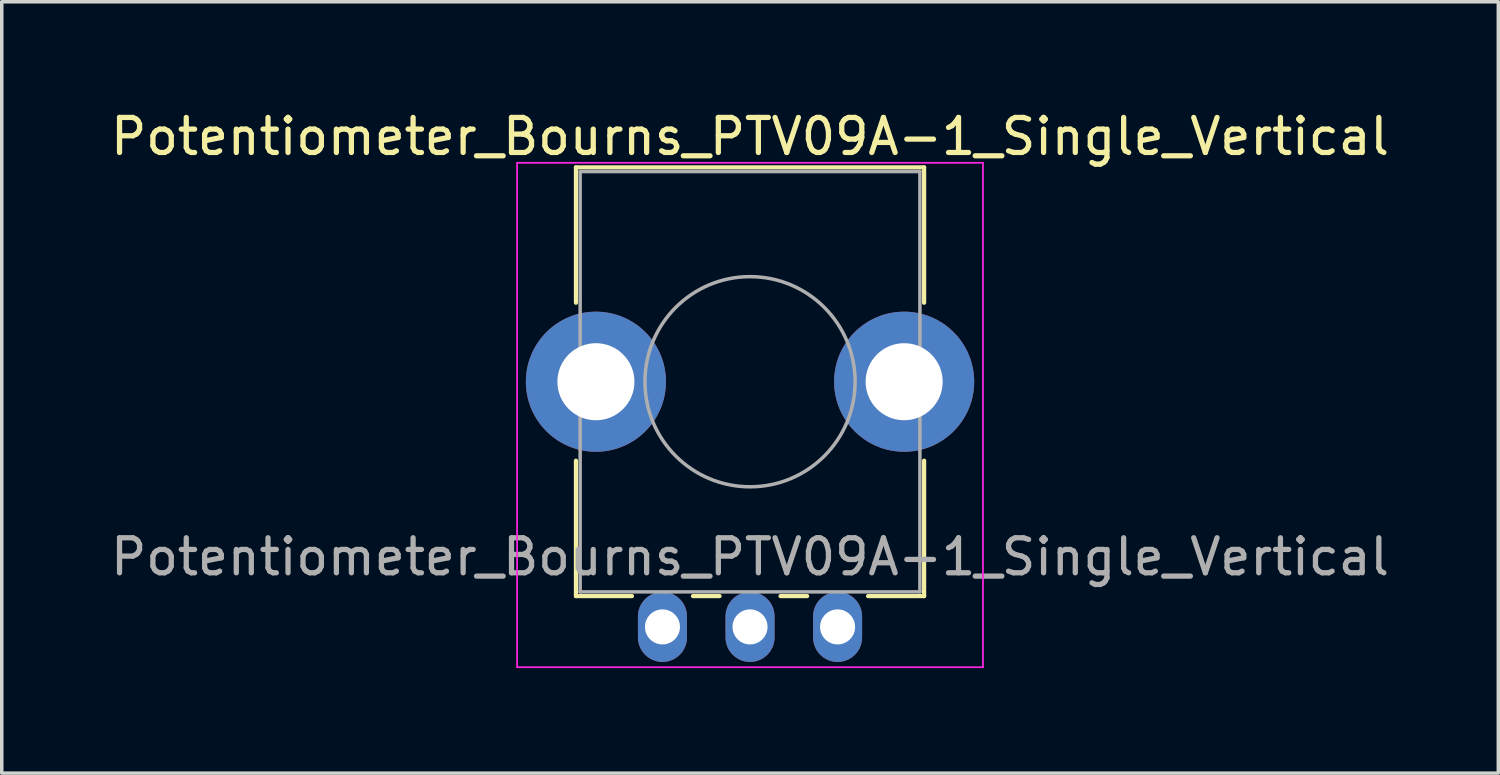
<source format=kicad_pcb>
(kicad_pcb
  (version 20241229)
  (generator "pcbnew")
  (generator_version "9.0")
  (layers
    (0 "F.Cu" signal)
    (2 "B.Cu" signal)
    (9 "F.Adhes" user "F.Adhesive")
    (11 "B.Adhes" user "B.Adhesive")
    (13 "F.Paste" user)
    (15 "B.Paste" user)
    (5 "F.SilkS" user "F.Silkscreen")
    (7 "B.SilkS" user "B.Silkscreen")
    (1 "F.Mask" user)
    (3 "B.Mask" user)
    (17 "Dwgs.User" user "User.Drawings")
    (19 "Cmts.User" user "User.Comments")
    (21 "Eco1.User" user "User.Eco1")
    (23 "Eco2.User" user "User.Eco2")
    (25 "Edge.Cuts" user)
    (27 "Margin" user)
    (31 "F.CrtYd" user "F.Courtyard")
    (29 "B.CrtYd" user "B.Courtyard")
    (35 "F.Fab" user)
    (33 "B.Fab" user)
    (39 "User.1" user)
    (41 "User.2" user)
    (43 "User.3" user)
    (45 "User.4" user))
  (footprint "Potentiometer_Bourns_PTV09A-1_Single_Vertical"
    (layer "F.Cu")
    (at 18.363 7.848)
    (property "Reference" "Potentiometer_Bourns_PTV09A-1_Single_Vertical" (at 0 -7 180) (layer "F.SilkS") (effects (font (size 1 1) (thickness 0.15))))
    (attr through_hole)
    (fp_line (start -4.97 -6.12) (end 4.97 -6.12) (stroke (width 0.12) (type solid)) (layer "F.SilkS"))
    (fp_line (start -4.97 -2.255) (end -4.97 -6.12) (stroke (width 0.12) (type solid)) (layer "F.SilkS"))
    (fp_line (start -4.97 6.12) (end -4.97 2.255) (stroke (width 0.12) (type solid)) (layer "F.SilkS"))
    (fp_line (start -4.97 6.12) (end -3.371 6.12) (stroke (width 0.12) (type solid)) (layer "F.SilkS"))
    (fp_line (start -1.629 6.12) (end -0.87 6.12) (stroke (width 0.12) (type solid)) (layer "F.SilkS"))
    (fp_line (start 0.871 6.12) (end 1.63 6.12) (stroke (width 0.12) (type solid)) (layer "F.SilkS"))
    (fp_line (start 3.37 6.12) (end 4.97 6.12) (stroke (width 0.12) (type solid)) (layer "F.SilkS"))
    (fp_line (start 4.97 -2.255) (end 4.97 -6.12) (stroke (width 0.12) (type solid)) (layer "F.SilkS"))
    (fp_line (start 4.97 6.12) (end 4.97 2.255) (stroke (width 0.12) (type solid)) (layer "F.SilkS"))
    (fp_line (start -6.65 -6.25) (end -6.65 8.15) (stroke (width 0.05) (type solid)) (layer "F.CrtYd"))
    (fp_line (start -6.65 8.15) (end 6.65 8.15) (stroke (width 0.05) (type solid)) (layer "F.CrtYd"))
    (fp_line (start 6.65 -6.25) (end -6.65 -6.25) (stroke (width 0.05) (type solid)) (layer "F.CrtYd"))
    (fp_line (start 6.65 8.15) (end 6.65 -6.25) (stroke (width 0.05) (type solid)) (layer "F.CrtYd"))
    (fp_line (start -4.85 -6) (end -4.85 6) (stroke (width 0.1) (type solid)) (layer "F.Fab"))
    (fp_line (start -4.85 6) (end 4.85 6) (stroke (width 0.1) (type solid)) (layer "F.Fab"))
    (fp_line (start 4.85 -6) (end -4.85 -6) (stroke (width 0.1) (type solid)) (layer "F.Fab"))
    (fp_line (start 4.85 6) (end 4.85 -6) (stroke (width 0.1) (type solid)) (layer "F.Fab"))
    (fp_circle (center 0 0) (end 0 -3) (stroke (width 0.1) (type solid)) (fill no) (layer "F.Fab"))
    (fp_text user "${REFERENCE}" (at 0 5 180) (layer "F.Fab") (effects (font (size 1 1) (thickness 0.15))))
    (pad "" np_thru_hole circle (at -4.4 0 90) (size 4 4) (drill 2.2) (layers "*.Cu" "*.Mask"))
    (pad "" np_thru_hole circle (at 4.4 0 90) (size 4 4) (drill 2.2) (layers "*.Cu" "*.Mask"))
    (pad "1" thru_hole oval (at -2.5 7 90) (size 2 1.4) (drill 1) (layers "*.Cu" "*.Mask"))
    (pad "2" thru_hole oval (at 0 7 90) (size 2 1.4) (drill 1) (layers "*.Cu" "*.Mask"))
    (pad "3" thru_hole oval (at 2.5 7 90) (size 2 1.4) (drill 1) (layers "*.Cu" "*.Mask")))
  (gr_rect
    (start -3 -3)
    (end 39.726 19.023)
    (stroke (width 0.1) (type default))
    (fill no)
    (layer "Edge.Cuts")))
</source>
